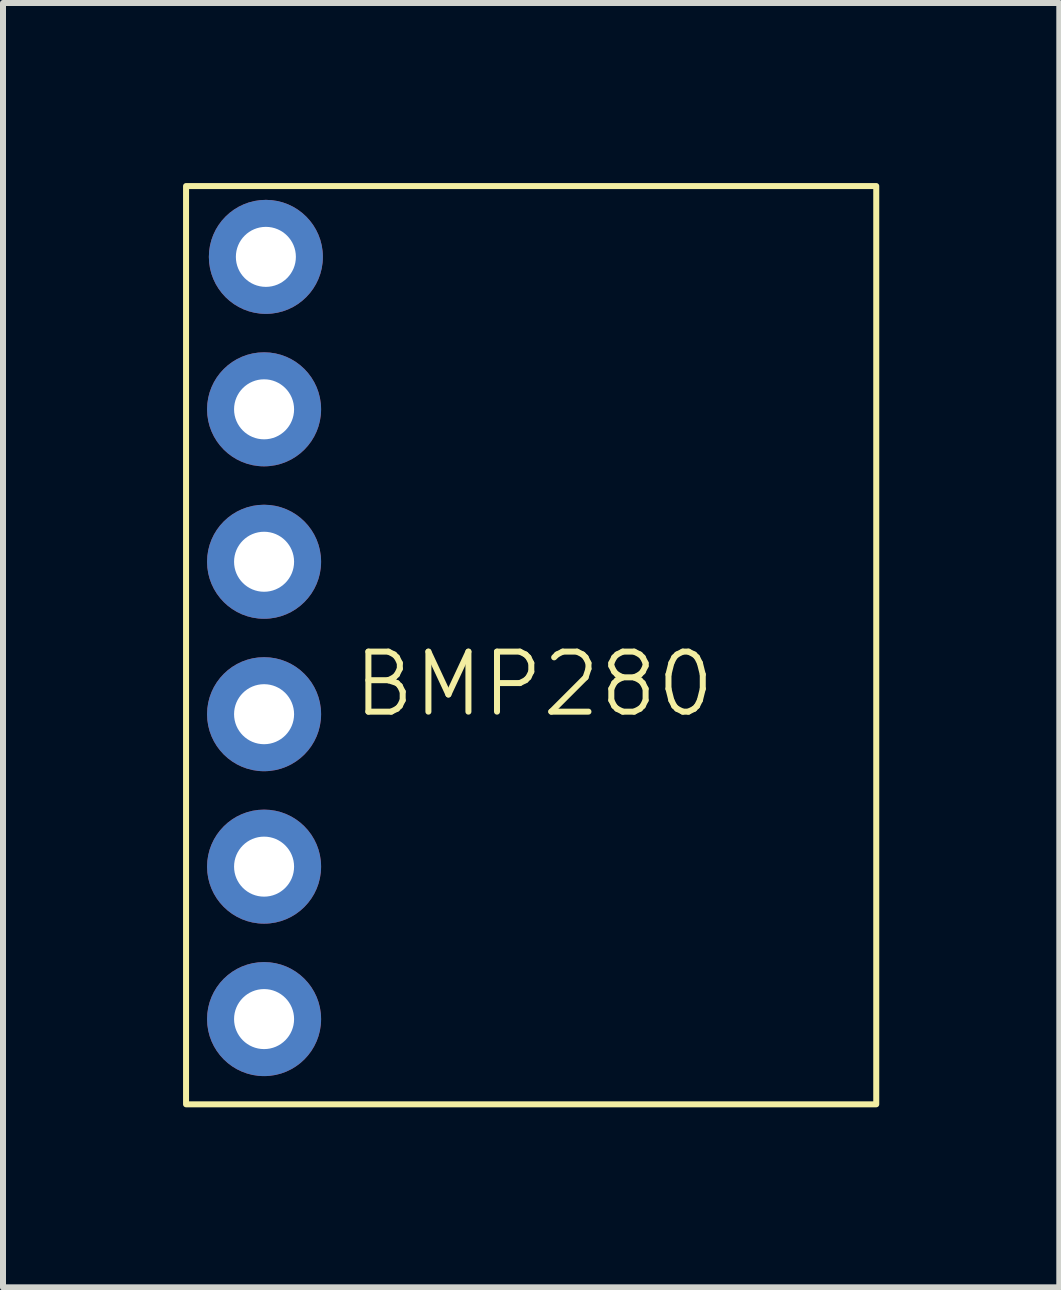
<source format=kicad_pcb>
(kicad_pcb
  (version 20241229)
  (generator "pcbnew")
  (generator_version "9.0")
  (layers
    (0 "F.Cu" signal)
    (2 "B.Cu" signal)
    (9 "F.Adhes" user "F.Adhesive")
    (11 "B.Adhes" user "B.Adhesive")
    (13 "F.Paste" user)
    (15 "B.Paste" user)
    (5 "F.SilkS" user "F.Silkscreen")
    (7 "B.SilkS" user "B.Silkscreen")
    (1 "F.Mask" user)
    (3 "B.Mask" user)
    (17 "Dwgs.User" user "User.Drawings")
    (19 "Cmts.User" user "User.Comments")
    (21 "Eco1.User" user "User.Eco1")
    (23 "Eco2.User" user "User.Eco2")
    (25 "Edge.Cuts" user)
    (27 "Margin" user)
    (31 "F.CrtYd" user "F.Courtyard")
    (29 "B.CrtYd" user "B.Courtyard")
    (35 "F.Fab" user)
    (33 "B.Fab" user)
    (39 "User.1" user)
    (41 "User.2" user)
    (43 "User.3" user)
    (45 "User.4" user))
  (footprint "BMP280"
    (layer "F.Cu")
    (at 5.85 8.85)
    (property "Reference" "BMP280" (at 0 -0.5 0) (unlocked yes) (layer "F.SilkS") (effects (font (size 1 1) (thickness 0.1))))
    (attr smd)
    (fp_rect (start -5.8 -8.8) (end 5.7 6.5) (stroke (width 0.1) (type default)) (fill no) (layer "F.SilkS"))
    (pad "1" thru_hole circle (at -4.47 -7.62) (size 1.9 1.9) (drill 1) (layers "*.Cu" "*.Mask"))
    (pad "2" thru_hole circle (at -4.5 -5.08) (size 1.9 1.9) (drill 1) (layers "*.Cu" "*.Mask"))
    (pad "3" thru_hole circle (at -4.5 -2.54) (size 1.9 1.9) (drill 1) (layers "*.Cu" "*.Mask"))
    (pad "4" thru_hole circle (at -4.5 0) (size 1.9 1.9) (drill 1) (layers "*.Cu" "*.Mask"))
    (pad "5" thru_hole circle (at -4.5 2.54) (size 1.9 1.9) (drill 1) (layers "*.Cu" "*.Mask"))
    (pad "6" thru_hole circle (at -4.5 5.08) (size 1.9 1.9) (drill 1) (layers "*.Cu" "*.Mask")))
  (gr_rect
    (start -3 -3)
    (end 14.6 18.4)
    (stroke (width 0.1) (type default))
    (fill no)
    (layer "Edge.Cuts")))
</source>
